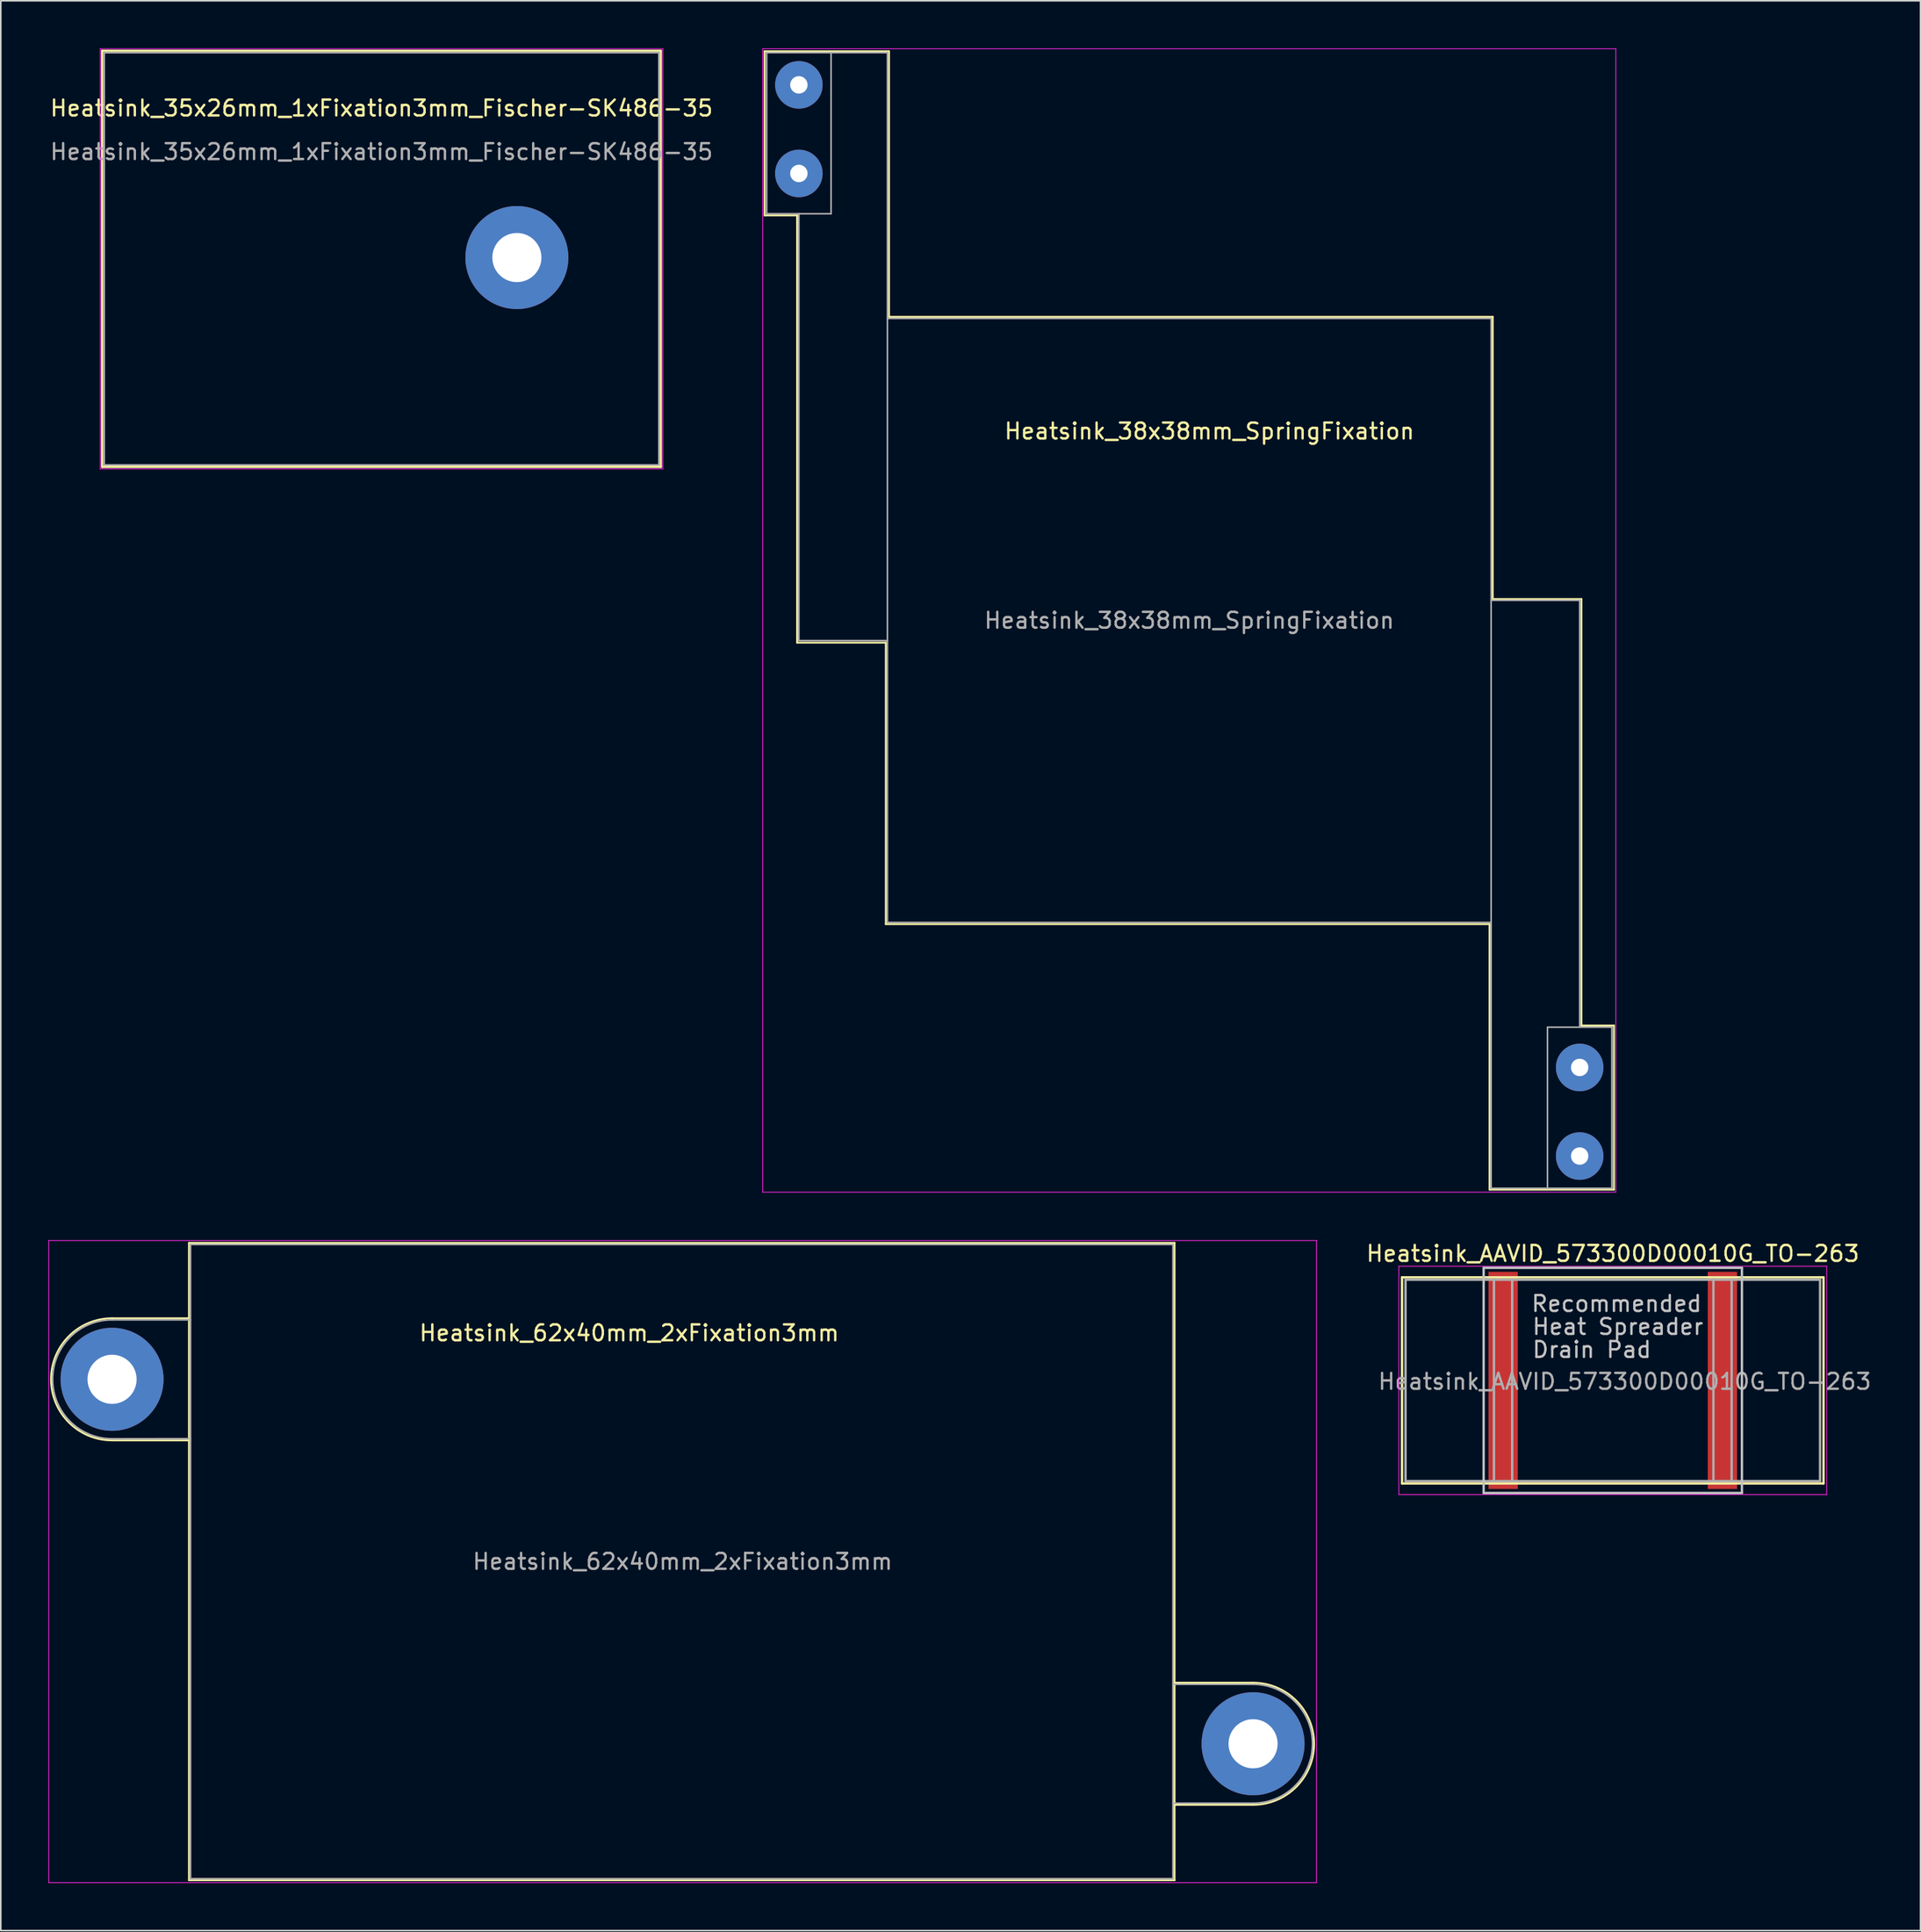
<source format=kicad_pcb>
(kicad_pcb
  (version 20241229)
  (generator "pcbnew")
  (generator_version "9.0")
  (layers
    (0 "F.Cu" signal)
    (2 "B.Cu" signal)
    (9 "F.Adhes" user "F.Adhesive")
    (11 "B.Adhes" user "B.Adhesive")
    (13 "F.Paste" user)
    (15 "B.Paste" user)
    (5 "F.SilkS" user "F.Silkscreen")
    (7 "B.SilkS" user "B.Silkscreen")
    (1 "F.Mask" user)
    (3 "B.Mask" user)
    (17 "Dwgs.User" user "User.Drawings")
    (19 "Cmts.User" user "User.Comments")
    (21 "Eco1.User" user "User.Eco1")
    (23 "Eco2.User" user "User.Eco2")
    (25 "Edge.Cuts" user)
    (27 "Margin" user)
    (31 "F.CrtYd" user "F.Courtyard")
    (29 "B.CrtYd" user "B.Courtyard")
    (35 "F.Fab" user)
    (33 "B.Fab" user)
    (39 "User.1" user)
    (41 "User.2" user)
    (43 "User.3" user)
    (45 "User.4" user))
  (footprint "Heatsink_38x38mm_SpringFixation"
    (layer "F.Cu")
    (at 52.955 55.135)
    (property "Reference" "Heatsink_38x38mm_SpringFixation" (at 20.32 -30.988 0) (layer "F.SilkS") (effects (font (size 1 1) (thickness 0.15))))
    (attr through_hole)
    (fp_line (start -7.75 -54.95) (end -7.75 -44.6) (stroke (width 0.12) (type solid)) (layer "F.SilkS"))
    (fp_line (start -7.75 -44.6) (end -5.7 -44.6) (stroke (width 0.12) (type solid)) (layer "F.SilkS"))
    (fp_line (start -5.7 -44.6) (end -5.7 -17.65) (stroke (width 0.12) (type solid)) (layer "F.SilkS"))
    (fp_line (start -5.7 -17.65) (end -0.1 -17.65) (stroke (width 0.12) (type solid)) (layer "F.SilkS"))
    (fp_line (start -0.1 -17.65) (end -0.1 0.1) (stroke (width 0.12) (type solid)) (layer "F.SilkS"))
    (fp_line (start -0.1 0.1) (end 38 0.1) (stroke (width 0.12) (type solid)) (layer "F.SilkS"))
    (fp_line (start 0.1 -54.95) (end -7.75 -54.95) (stroke (width 0.12) (type solid)) (layer "F.SilkS"))
    (fp_line (start 0.1 -38.2) (end 0.1 -54.95) (stroke (width 0.12) (type solid)) (layer "F.SilkS"))
    (fp_line (start 38 0.1) (end 38 16.85) (stroke (width 0.12) (type solid)) (layer "F.SilkS"))
    (fp_line (start 38 16.85) (end 45.85 16.85) (stroke (width 0.12) (type solid)) (layer "F.SilkS"))
    (fp_line (start 38.2 -38.2) (end 0.1 -38.2) (stroke (width 0.12) (type solid)) (layer "F.SilkS"))
    (fp_line (start 38.2 -20.4) (end 38.2 -38.2) (stroke (width 0.12) (type solid)) (layer "F.SilkS"))
    (fp_line (start 43.8 -20.4) (end 38.2 -20.4) (stroke (width 0.12) (type solid)) (layer "F.SilkS"))
    (fp_line (start 43.8 6.5) (end 43.8 -20.4) (stroke (width 0.12) (type solid)) (layer "F.SilkS"))
    (fp_line (start 45.85 6.5) (end 43.8 6.5) (stroke (width 0.12) (type solid)) (layer "F.SilkS"))
    (fp_line (start 45.85 16.85) (end 45.85 6.5) (stroke (width 0.12) (type solid)) (layer "F.SilkS"))
    (fp_line (start -7.87 -55.11) (end -7.87 17.01) (stroke (width 0.05) (type solid)) (layer "F.CrtYd"))
    (fp_line (start -7.87 -55.11) (end 45.97 -55.11) (stroke (width 0.05) (type solid)) (layer "F.CrtYd"))
    (fp_line (start 45.97 17.01) (end -7.87 17.01) (stroke (width 0.05) (type solid)) (layer "F.CrtYd"))
    (fp_line (start 45.97 17.01) (end 45.97 -55.11) (stroke (width 0.05) (type solid)) (layer "F.CrtYd"))
    (fp_line (start -7.62 -54.864) (end -7.62 -44.704) (stroke (width 0.1) (type solid)) (layer "F.Fab"))
    (fp_line (start -7.62 -44.704) (end -3.556 -44.704) (stroke (width 0.1) (type solid)) (layer "F.Fab"))
    (fp_line (start -5.588 -17.78) (end -5.588 -44.704) (stroke (width 0.1) (type solid)) (layer "F.Fab"))
    (fp_line (start -3.556 -54.864) (end -7.62 -54.864) (stroke (width 0.1) (type solid)) (layer "F.Fab"))
    (fp_line (start -3.556 -54.864) (end 0 -54.864) (stroke (width 0.1) (type solid)) (layer "F.Fab"))
    (fp_line (start -3.556 -44.704) (end -3.556 -54.864) (stroke (width 0.1) (type solid)) (layer "F.Fab"))
    (fp_line (start 0 -54.864) (end 0 -38.1) (stroke (width 0.1) (type solid)) (layer "F.Fab"))
    (fp_line (start 0 -38.1) (end 0 0) (stroke (width 0.1) (type solid)) (layer "F.Fab"))
    (fp_line (start 0 -17.78) (end -5.588 -17.78) (stroke (width 0.1) (type solid)) (layer "F.Fab"))
    (fp_line (start 0 0) (end 38.1 0) (stroke (width 0.1) (type solid)) (layer "F.Fab"))
    (fp_line (start 38.1 -38.1) (end 0 -38.1) (stroke (width 0.1) (type solid)) (layer "F.Fab"))
    (fp_line (start 38.1 -20.32) (end 43.688 -20.32) (stroke (width 0.1) (type solid)) (layer "F.Fab"))
    (fp_line (start 38.1 0) (end 38.1 -38.1) (stroke (width 0.1) (type solid)) (layer "F.Fab"))
    (fp_line (start 38.1 16.764) (end 38.1 0) (stroke (width 0.1) (type solid)) (layer "F.Fab"))
    (fp_line (start 41.656 6.604) (end 41.656 16.764) (stroke (width 0.1) (type solid)) (layer "F.Fab"))
    (fp_line (start 41.656 16.764) (end 38.1 16.764) (stroke (width 0.1) (type solid)) (layer "F.Fab"))
    (fp_line (start 43.688 -20.32) (end 43.688 6.604) (stroke (width 0.1) (type solid)) (layer "F.Fab"))
    (fp_line (start 45.72 6.604) (end 41.656 6.604) (stroke (width 0.1) (type solid)) (layer "F.Fab"))
    (fp_line (start 45.72 6.604) (end 45.72 16.764) (stroke (width 0.1) (type solid)) (layer "F.Fab"))
    (fp_line (start 45.72 16.764) (end 41.656 16.764) (stroke (width 0.1) (type solid)) (layer "F.Fab"))
    (fp_text user "${REFERENCE}" (at 19.05 -19.05 0) (layer "F.Fab") (effects (font (size 1 1) (thickness 0.15))))
    (pad "1" thru_hole circle (at -5.588 -52.832) (size 3 3) (drill 1.1) (layers "*.Cu" "*.Mask"))
    (pad "1" thru_hole circle (at -5.588 -47.244) (size 3 3) (drill 1.1) (layers "*.Cu" "*.Mask"))
    (pad "1" thru_hole circle (at 43.688 9.144) (size 3 3) (drill 1.1) (layers "*.Cu" "*.Mask"))
    (pad "1" thru_hole circle (at 43.688 14.732) (size 3 3) (drill 1.1) (layers "*.Cu" "*.Mask")))
  (footprint "Heatsink_35x26mm_1xFixation3mm_Fischer-SK486-35"
    (layer "F.Cu")
    (at 29.57 13.195)
    (property "Reference" "Heatsink_35x26mm_1xFixation3mm_Fischer-SK486-35" (at -8.54 -9.42 0) (layer "F.SilkS") (effects (font (size 1 1) (thickness 0.15))))
    (attr through_hole)
    (fp_line (start -26.17 -13.04) (end -26.17 13.2) (stroke (width 0.15) (type solid)) (layer "F.SilkS"))
    (fp_line (start -26.17 13.2) (end 9.08 13.2) (stroke (width 0.15) (type solid)) (layer "F.SilkS"))
    (fp_line (start 9.08 -13.04) (end -26.17 -13.04) (stroke (width 0.15) (type solid)) (layer "F.SilkS"))
    (fp_line (start 9.08 13.2) (end 9.08 -13.04) (stroke (width 0.15) (type solid)) (layer "F.SilkS"))
    (fp_line (start -26.29 -13.17) (end -26.29 13.33) (stroke (width 0.05) (type solid)) (layer "F.CrtYd"))
    (fp_line (start -26.29 -13.17) (end 9.21 -13.17) (stroke (width 0.05) (type solid)) (layer "F.CrtYd"))
    (fp_line (start 9.21 13.33) (end -26.29 13.33) (stroke (width 0.05) (type solid)) (layer "F.CrtYd"))
    (fp_line (start 9.21 13.33) (end 9.21 -13.17) (stroke (width 0.05) (type solid)) (layer "F.CrtYd"))
    (fp_line (start -26.04 -12.92) (end 8.96 -12.92) (stroke (width 0.1) (type solid)) (layer "F.Fab"))
    (fp_line (start -26.04 13.08) (end -26.04 -12.92) (stroke (width 0.1) (type solid)) (layer "F.Fab"))
    (fp_line (start 8.96 -12.92) (end 8.96 13.08) (stroke (width 0.1) (type solid)) (layer "F.Fab"))
    (fp_line (start 8.96 13.08) (end -26.04 13.08) (stroke (width 0.1) (type solid)) (layer "F.Fab"))
    (fp_text user "${REFERENCE}" (at -8.54 -6.67 0) (layer "F.Fab") (effects (font (size 1 1) (thickness 0.15))))
    (pad "1" thru_hole circle (at 0 0) (size 6.497 6.497) (drill 3.099) (layers "*.Cu" "*.Mask")))
  (footprint "Heatsink_AAVID_573300D00010G_TO-263"
    (layer "F.Cu")
    (at 98.733 84.018)
    (property "Reference" "Heatsink_AAVID_573300D00010G_TO-263" (at 0 -8 0) (layer "F.SilkS") (effects (font (size 1 1) (thickness 0.15))))
    (attr smd)
    (fp_line (start -13.3 -6.5) (end 13.3 -6.5) (stroke (width 0.15) (type solid)) (layer "F.SilkS"))
    (fp_line (start -13.3 6.5) (end -13.3 -6.5) (stroke (width 0.15) (type solid)) (layer "F.SilkS"))
    (fp_line (start -13.3 6.5) (end 13.3 6.5) (stroke (width 0.15) (type solid)) (layer "F.SilkS"))
    (fp_line (start 13.3 -6.5) (end 13.3 6.5) (stroke (width 0.15) (type solid)) (layer "F.SilkS"))
    (fp_line (start -8.15 -7.1) (end 8.15 -7.1) (stroke (width 0.15) (type solid)) (layer "Dwgs.User"))
    (fp_line (start -8.15 7.1) (end -8.15 -7.1) (stroke (width 0.15) (type solid)) (layer "Dwgs.User"))
    (fp_line (start -8.15 7.1) (end 8.15 7.1) (stroke (width 0.15) (type solid)) (layer "Dwgs.User"))
    (fp_line (start 8.15 7.1) (end 8.15 -7.1) (stroke (width 0.15) (type solid)) (layer "Dwgs.User"))
    (fp_line (start -13.5 -7.2) (end -13.5 7.2) (stroke (width 0.05) (type solid)) (layer "F.CrtYd"))
    (fp_line (start -13.5 7.2) (end 13.5 7.2) (stroke (width 0.05) (type solid)) (layer "F.CrtYd"))
    (fp_line (start 13.5 -7.2) (end -13.5 -7.2) (stroke (width 0.05) (type solid)) (layer "F.CrtYd"))
    (fp_line (start 13.5 7.2) (end 13.5 -7.2) (stroke (width 0.05) (type solid)) (layer "F.CrtYd"))
    (fp_line (start -13.08 -6.35) (end 13.08 -6.35) (stroke (width 0.15) (type solid)) (layer "F.Fab"))
    (fp_line (start -13.08 6.35) (end -13.08 -6.35) (stroke (width 0.15) (type solid)) (layer "F.Fab"))
    (fp_line (start -13.08 6.35) (end 13.08 6.35) (stroke (width 0.15) (type solid)) (layer "F.Fab"))
    (fp_line (start -7.5 6.35) (end -7.5 -6.35) (stroke (width 0.15) (type solid)) (layer "F.Fab"))
    (fp_line (start -6.35 6.35) (end -6.35 -6.35) (stroke (width 0.15) (type solid)) (layer "F.Fab"))
    (fp_line (start 6.35 6.35) (end 6.35 -6.35) (stroke (width 0.15) (type solid)) (layer "F.Fab"))
    (fp_line (start 7.5 6.35) (end 7.5 -6.35) (stroke (width 0.15) (type solid)) (layer "F.Fab"))
    (fp_line (start 13.08 -6.35) (end 13.08 6.35) (stroke (width 0.15) (type solid)) (layer "F.Fab"))
    (fp_text user "Recommended" (at 0.24 -4.84 0) (layer "Dwgs.User") (effects (font (size 1 1) (thickness 0.15))))
    (fp_text user "Heat Spreader" (at 0.32 -3.39 0) (layer "Dwgs.User") (effects (font (size 1 1) (thickness 0.15))))
    (fp_text user "Drain Pad" (at -1.32 -1.94 0) (layer "Dwgs.User") (effects (font (size 1 1) (thickness 0.15))))
    (fp_text user "${REFERENCE}" (at 0.75 0.07 0) (layer "F.Fab") (effects (font (size 1 1) (thickness 0.15))))
    (pad "1" smd rect (at -6.92 0) (size 1.85 13.7) (layers "F.Cu" "F.Mask" "F.Paste"))
    (pad "1" smd rect (at 6.92 0) (size 1.85 13.7) (layers "F.Cu" "F.Mask" "F.Paste")))
  (footprint "Heatsink_62x40mm_2xFixation3mm"
    (layer "F.Cu")
    (at 8.975 115.445)
    (property "Reference" "Heatsink_62x40mm_2xFixation3mm" (at 27.686 -34.417 0) (layer "F.SilkS") (effects (font (size 1 1) (thickness 0.15))))
    (attr through_hole)
    (fp_line (start -4.953 -35.346) (end -0.103 -35.346) (stroke (width 0.12) (type solid)) (layer "F.SilkS"))
    (fp_line (start -0.103 -27.646) (end -4.953 -27.646) (stroke (width 0.12) (type solid)) (layer "F.SilkS"))
    (fp_line (start -0.1 -40.1) (end -0.1 0.1) (stroke (width 0.12) (type solid)) (layer "F.SilkS"))
    (fp_line (start -0.1 0.1) (end 62.1 0.1) (stroke (width 0.12) (type solid)) (layer "F.SilkS"))
    (fp_line (start 62.1 -40.1) (end -0.1 -40.1) (stroke (width 0.12) (type solid)) (layer "F.SilkS"))
    (fp_line (start 62.1 0.1) (end 62.1 -40.1) (stroke (width 0.12) (type solid)) (layer "F.SilkS"))
    (fp_line (start 67.056 -12.359) (end 62.106 -12.359) (stroke (width 0.12) (type solid)) (layer "F.SilkS"))
    (fp_line (start 67.056 -4.659) (end 62.106 -4.659) (stroke (width 0.12) (type solid)) (layer "F.SilkS"))
    (fp_arc (start -4.953 -27.646) (mid -8.803 -31.496) (end -4.953 -35.346) (stroke (width 0.12) (type solid)) (layer "F.SilkS"))
    (fp_arc (start 67.056 -12.359) (mid 70.906 -8.509) (end 67.056 -4.659) (stroke (width 0.12) (type solid)) (layer "F.SilkS"))
    (fp_line (start -8.95 -40.25) (end -8.95 0.25) (stroke (width 0.05) (type solid)) (layer "F.CrtYd"))
    (fp_line (start -8.95 -40.25) (end 71.06 -40.25) (stroke (width 0.05) (type solid)) (layer "F.CrtYd"))
    (fp_line (start 71.06 0.25) (end -8.95 0.25) (stroke (width 0.05) (type solid)) (layer "F.CrtYd"))
    (fp_line (start 71.06 0.25) (end 71.06 -40.25) (stroke (width 0.05) (type solid)) (layer "F.CrtYd"))
    (fp_line (start -4.953 -35.246) (end 0 -35.246) (stroke (width 0.1) (type solid)) (layer "F.Fab"))
    (fp_line (start -4.953 -27.746) (end 0 -27.753) (stroke (width 0.1) (type solid)) (layer "F.Fab"))
    (fp_line (start 0 -40) (end 62 -40) (stroke (width 0.1) (type solid)) (layer "F.Fab"))
    (fp_line (start 0 0) (end 0 -40) (stroke (width 0.1) (type solid)) (layer "F.Fab"))
    (fp_line (start 62 -40) (end 62 0) (stroke (width 0.1) (type solid)) (layer "F.Fab"))
    (fp_line (start 62 0) (end 0 0) (stroke (width 0.1) (type solid)) (layer "F.Fab"))
    (fp_line (start 67.056 -12.259) (end 62.006 -12.259) (stroke (width 0.1) (type solid)) (layer "F.Fab"))
    (fp_line (start 67.056 -4.759) (end 62.006 -4.759) (stroke (width 0.1) (type solid)) (layer "F.Fab"))
    (fp_arc (start -4.953 -27.746) (mid -8.703 -31.496) (end -4.953 -35.246) (stroke (width 0.1) (type solid)) (layer "F.Fab"))
    (fp_arc (start 67.056 -12.259) (mid 70.806 -8.509) (end 67.056 -4.759) (stroke (width 0.1) (type solid)) (layer "F.Fab"))
    (fp_text user "${REFERENCE}" (at 31.052 -20.002 0) (layer "F.Fab") (effects (font (size 1 1) (thickness 0.15))))
    (pad "1" thru_hole circle (at -4.953 -31.496) (size 6.497 6.497) (drill 3.099) (layers "*.Cu" "*.Mask"))
    (pad "1" thru_hole circle (at 67.056 -8.509) (size 6.497 6.497) (drill 3.099) (layers "*.Cu" "*.Mask")))
  (gr_rect
    (start -3 -3)
    (end 118.155 118.72)
    (stroke (width 0.1) (type default))
    (fill no)
    (layer "Edge.Cuts")))
</source>
